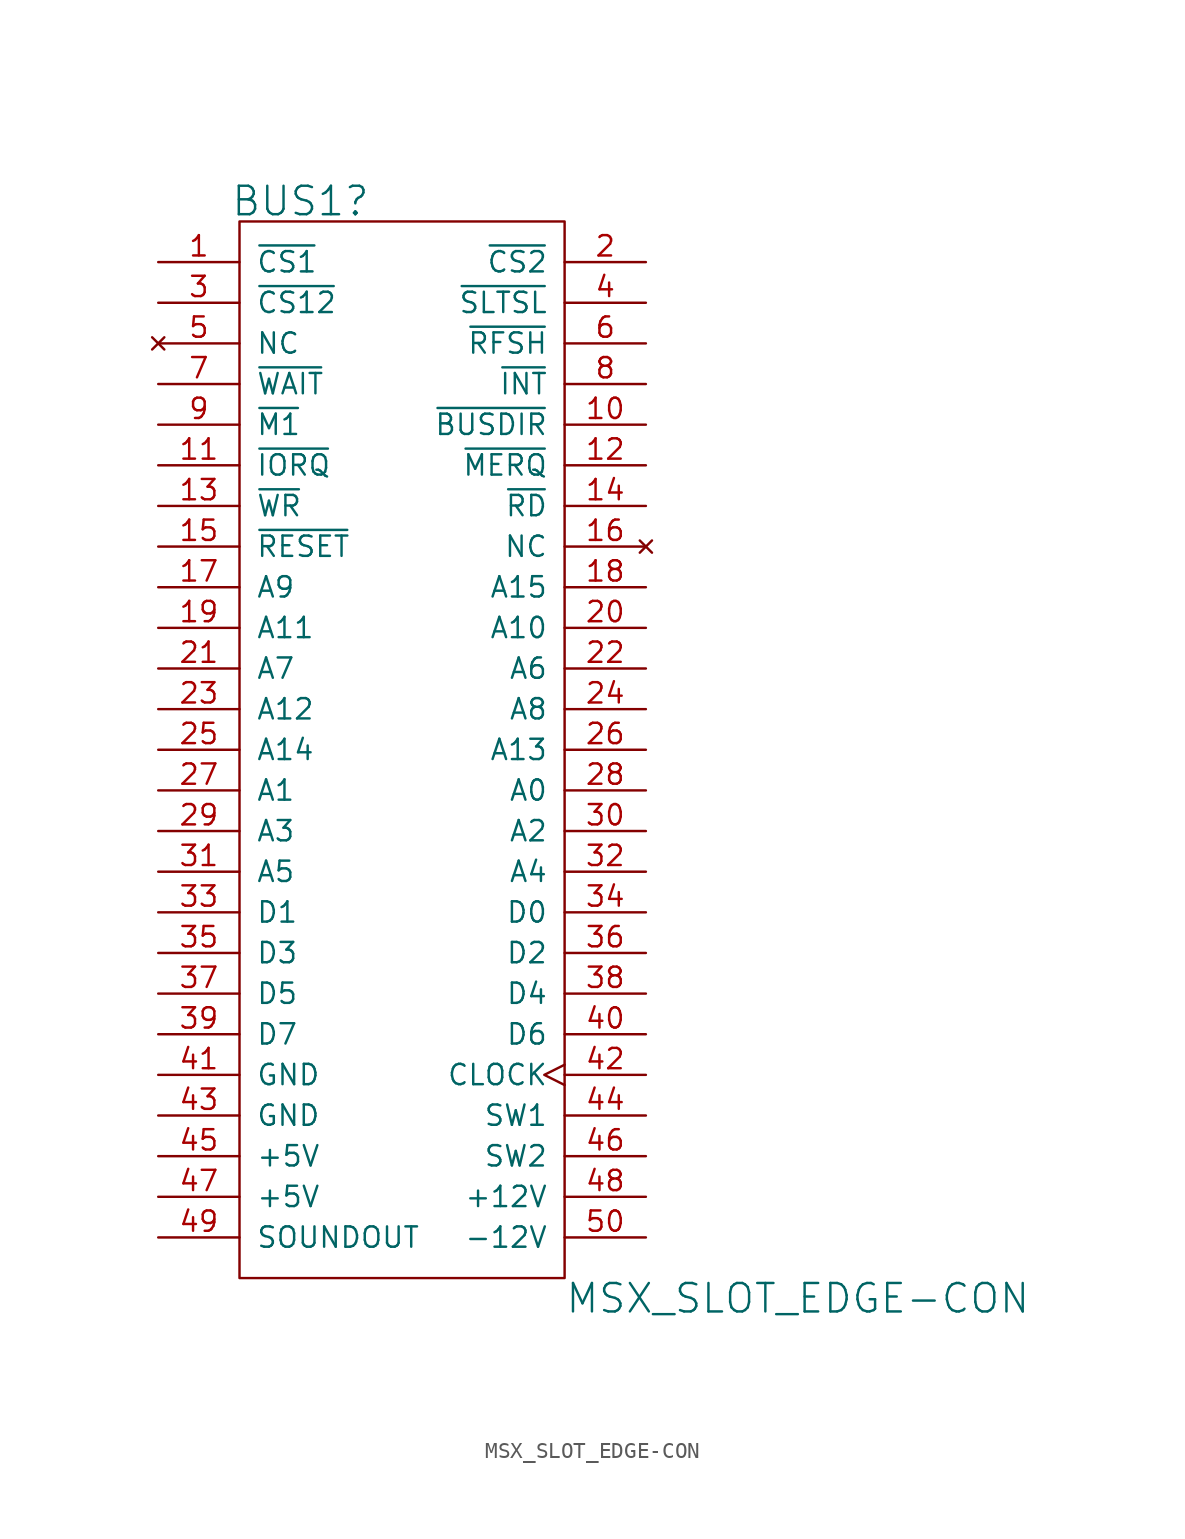
<source format=kicad_sym>
(kicad_symbol_lib
  (version 20211014)
  (generator kicad_symbol_editor)
  (symbol "MSX_SLOT_EDGE-CON"
    (pin_names
      (offset 1.016))
    (property "Reference" "BUS1"
      (at -6.35 34.29 0)
      (effects (font (size 1.778 1.778))))
    (property "Value" "MSX_SLOT_EDGE-CON"
      (at 10.16 -34.29 0)
      (effects (font (size 1.778 1.778)) (justify left)))
    (symbol "MSX_SLOT_EDGE-CON_0_1"
      (rectangle (start -10.16 -33.02) (end 10.16 33.02) (stroke (width 0) (type default) (color 0 0 0 0)) (fill (type none))))
    (symbol "MSX_SLOT_EDGE-CON_1_1"
      (pin output line (at -15.24 30.48 0) (length 5.08) (name "~{CS1}" (effects (font (size 1.27 1.27)))) (number "1" (effects (font (size 1.27 1.27)))))
      (pin bidirectional line (at 15.24 20.32 180) (length 5.08) (name "~{BUSDIR}" (effects (font (size 1.27 1.27)))) (number "10" (effects (font (size 1.27 1.27)))))
      (pin output line (at -15.24 17.78 0) (length 5.08) (name "~{IORQ}" (effects (font (size 1.27 1.27)))) (number "11" (effects (font (size 1.27 1.27)))))
      (pin input line (at 15.24 17.78 180) (length 5.08) (name "~{MERQ}" (effects (font (size 1.27 1.27)))) (number "12" (effects (font (size 1.27 1.27)))))
      (pin output line (at -15.24 15.24 0) (length 5.08) (name "~{WR}" (effects (font (size 1.27 1.27)))) (number "13" (effects (font (size 1.27 1.27)))))
      (pin output line (at 15.24 15.24 180) (length 5.08) (name "~{RD}" (effects (font (size 1.27 1.27)))) (number "14" (effects (font (size 1.27 1.27)))))
      (pin output line (at -15.24 12.7 0) (length 5.08) (name "~{RESET}" (effects (font (size 1.27 1.27)))) (number "15" (effects (font (size 1.27 1.27)))))
      (pin no_connect line (at 15.24 12.7 180) (length 5.08) (name "NC" (effects (font (size 1.27 1.27)))) (number "16" (effects (font (size 1.27 1.27)))))
      (pin output line (at -15.24 10.16 0) (length 5.08) (name "A9" (effects (font (size 1.27 1.27)))) (number "17" (effects (font (size 1.27 1.27)))))
      (pin output line (at 15.24 10.16 180) (length 5.08) (name "A15" (effects (font (size 1.27 1.27)))) (number "18" (effects (font (size 1.27 1.27)))))
      (pin output line (at -15.24 7.62 0) (length 5.08) (name "A11" (effects (font (size 1.27 1.27)))) (number "19" (effects (font (size 1.27 1.27)))))
      (pin output line (at 15.24 30.48 180) (length 5.08) (name "~{CS2}" (effects (font (size 1.27 1.27)))) (number "2" (effects (font (size 1.27 1.27)))))
      (pin output line (at 15.24 7.62 180) (length 5.08) (name "A10" (effects (font (size 1.27 1.27)))) (number "20" (effects (font (size 1.27 1.27)))))
      (pin output line (at -15.24 5.08 0) (length 5.08) (name "A7" (effects (font (size 1.27 1.27)))) (number "21" (effects (font (size 1.27 1.27)))))
      (pin output line (at 15.24 5.08 180) (length 5.08) (name "A6" (effects (font (size 1.27 1.27)))) (number "22" (effects (font (size 1.27 1.27)))))
      (pin output line (at -15.24 2.54 0) (length 5.08) (name "A12" (effects (font (size 1.27 1.27)))) (number "23" (effects (font (size 1.27 1.27)))))
      (pin output line (at 15.24 2.54 180) (length 5.08) (name "A8" (effects (font (size 1.27 1.27)))) (number "24" (effects (font (size 1.27 1.27)))))
      (pin output line (at -15.24 0 0) (length 5.08) (name "A14" (effects (font (size 1.27 1.27)))) (number "25" (effects (font (size 1.27 1.27)))))
      (pin output line (at 15.24 0 180) (length 5.08) (name "A13" (effects (font (size 1.27 1.27)))) (number "26" (effects (font (size 1.27 1.27)))))
      (pin output line (at -15.24 -2.54 0) (length 5.08) (name "A1" (effects (font (size 1.27 1.27)))) (number "27" (effects (font (size 1.27 1.27)))))
      (pin output line (at 15.24 -2.54 180) (length 5.08) (name "A0" (effects (font (size 1.27 1.27)))) (number "28" (effects (font (size 1.27 1.27)))))
      (pin output line (at -15.24 -5.08 0) (length 5.08) (name "A3" (effects (font (size 1.27 1.27)))) (number "29" (effects (font (size 1.27 1.27)))))
      (pin output line (at -15.24 27.94 0) (length 5.08) (name "~{CS12}" (effects (font (size 1.27 1.27)))) (number "3" (effects (font (size 1.27 1.27)))))
      (pin output line (at 15.24 -5.08 180) (length 5.08) (name "A2" (effects (font (size 1.27 1.27)))) (number "30" (effects (font (size 1.27 1.27)))))
      (pin output line (at -15.24 -7.62 0) (length 5.08) (name "A5" (effects (font (size 1.27 1.27)))) (number "31" (effects (font (size 1.27 1.27)))))
      (pin output line (at 15.24 -7.62 180) (length 5.08) (name "A4" (effects (font (size 1.27 1.27)))) (number "32" (effects (font (size 1.27 1.27)))))
      (pin tri_state line (at -15.24 -10.16 0) (length 5.08) (name "D1" (effects (font (size 1.27 1.27)))) (number "33" (effects (font (size 1.27 1.27)))))
      (pin tri_state line (at 15.24 -10.16 180) (length 5.08) (name "D0" (effects (font (size 1.27 1.27)))) (number "34" (effects (font (size 1.27 1.27)))))
      (pin tri_state line (at -15.24 -12.7 0) (length 5.08) (name "D3" (effects (font (size 1.27 1.27)))) (number "35" (effects (font (size 1.27 1.27)))))
      (pin tri_state line (at 15.24 -12.7 180) (length 5.08) (name "D2~{}" (effects (font (size 1.27 1.27)))) (number "36" (effects (font (size 1.27 1.27)))))
      (pin tri_state line (at -15.24 -15.24 0) (length 5.08) (name "D5" (effects (font (size 1.27 1.27)))) (number "37" (effects (font (size 1.27 1.27)))))
      (pin tri_state line (at 15.24 -15.24 180) (length 5.08) (name "D4" (effects (font (size 1.27 1.27)))) (number "38" (effects (font (size 1.27 1.27)))))
      (pin tri_state line (at -15.24 -17.78 0) (length 5.08) (name "D7" (effects (font (size 1.27 1.27)))) (number "39" (effects (font (size 1.27 1.27)))))
      (pin output line (at 15.24 27.94 180) (length 5.08) (name "~{SLTSL}" (effects (font (size 1.27 1.27)))) (number "4" (effects (font (size 1.27 1.27)))))
      (pin tri_state line (at 15.24 -17.78 180) (length 5.08) (name "D6" (effects (font (size 1.27 1.27)))) (number "40" (effects (font (size 1.27 1.27)))))
      (pin power_in line (at -15.24 -20.32 0) (length 5.08) (name "GND" (effects (font (size 1.27 1.27)))) (number "41" (effects (font (size 1.27 1.27)))))
      (pin output clock (at 15.24 -20.32 180) (length 5.08) (name "CLOCK" (effects (font (size 1.27 1.27)))) (number "42" (effects (font (size 1.27 1.27)))))
      (pin power_in line (at -15.24 -22.86 0) (length 5.08) (name "GND" (effects (font (size 1.27 1.27)))) (number "43" (effects (font (size 1.27 1.27)))))
      (pin passive line (at 15.24 -22.86 180) (length 5.08) (name "SW1" (effects (font (size 1.27 1.27)))) (number "44" (effects (font (size 1.27 1.27)))))
      (pin power_in line (at -15.24 -25.4 0) (length 5.08) (name "+5V" (effects (font (size 1.27 1.27)))) (number "45" (effects (font (size 1.27 1.27)))))
      (pin passive line (at 15.24 -25.4 180) (length 5.08) (name "SW2" (effects (font (size 1.27 1.27)))) (number "46" (effects (font (size 1.27 1.27)))))
      (pin power_in line (at -15.24 -27.94 0) (length 5.08) (name "+5V" (effects (font (size 1.27 1.27)))) (number "47" (effects (font (size 1.27 1.27)))))
      (pin power_in line (at 15.24 -27.94 180) (length 5.08) (name "+12V" (effects (font (size 1.27 1.27)))) (number "48" (effects (font (size 1.27 1.27)))))
      (pin output line (at -15.24 -30.48 0) (length 5.08) (name "SOUNDOUT" (effects (font (size 1.27 1.27)))) (number "49" (effects (font (size 1.27 1.27)))))
      (pin no_connect line (at -15.24 25.4 0) (length 5.08) (name "NC" (effects (font (size 1.27 1.27)))) (number "5" (effects (font (size 1.27 1.27)))))
      (pin power_in line (at 15.24 -30.48 180) (length 5.08) (name "-12V" (effects (font (size 1.27 1.27)))) (number "50" (effects (font (size 1.27 1.27)))))
      (pin output line (at 15.24 25.4 180) (length 5.08) (name "~{RFSH}" (effects (font (size 1.27 1.27)))) (number "6" (effects (font (size 1.27 1.27)))))
      (pin input line (at -15.24 22.86 0) (length 5.08) (name "~{WAIT}" (effects (font (size 1.27 1.27)))) (number "7" (effects (font (size 1.27 1.27)))))
      (pin open_collector line (at 15.24 22.86 180) (length 5.08) (name "~{INT}" (effects (font (size 1.27 1.27)))) (number "8" (effects (font (size 1.27 1.27)))))
      (pin output line (at -15.24 20.32 0) (length 5.08) (name "~{M1}" (effects (font (size 1.27 1.27)))) (number "9" (effects (font (size 1.27 1.27))))))))
</source>
